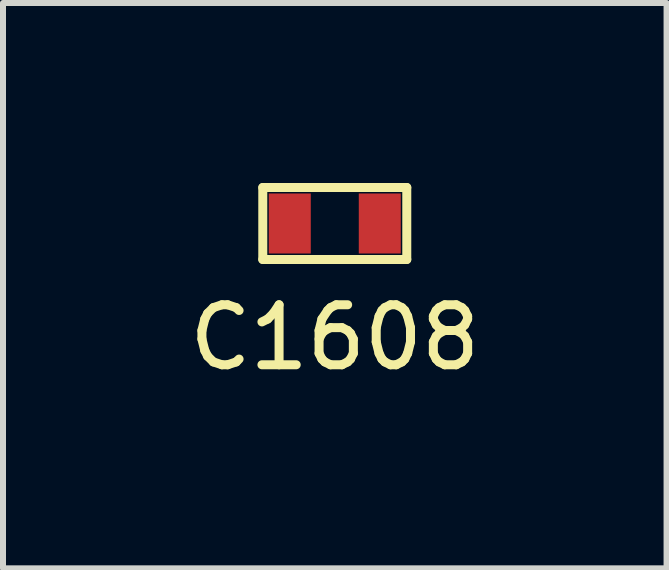
<source format=kicad_pcb>
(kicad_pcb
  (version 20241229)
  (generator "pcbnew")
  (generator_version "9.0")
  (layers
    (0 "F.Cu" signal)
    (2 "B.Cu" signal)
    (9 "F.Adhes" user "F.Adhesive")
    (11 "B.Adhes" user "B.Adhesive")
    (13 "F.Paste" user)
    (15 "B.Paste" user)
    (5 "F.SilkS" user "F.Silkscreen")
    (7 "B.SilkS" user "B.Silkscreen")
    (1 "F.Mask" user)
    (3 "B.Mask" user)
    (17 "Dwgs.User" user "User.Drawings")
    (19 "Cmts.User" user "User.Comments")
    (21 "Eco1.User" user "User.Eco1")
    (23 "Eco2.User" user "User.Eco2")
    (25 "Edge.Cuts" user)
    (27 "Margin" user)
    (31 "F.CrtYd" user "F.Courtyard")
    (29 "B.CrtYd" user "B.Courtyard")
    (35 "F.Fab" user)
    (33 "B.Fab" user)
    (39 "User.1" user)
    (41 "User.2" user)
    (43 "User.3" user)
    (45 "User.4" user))
  (footprint "C1608"
    (layer "F.Cu")
    (at 2.53 0.675)
    (property "Reference" "C1608" (at 0 1.9 0) (layer "F.SilkS") (effects (font (size 1 1) (thickness 0.15))))
    (attr through_hole)
    (fp_line (start -1.2 -0.6) (end 1.2 -0.6) (stroke (width 0.15) (type solid)) (layer "F.SilkS"))
    (fp_line (start -1.2 0.6) (end -1.2 -0.6) (stroke (width 0.15) (type solid)) (layer "F.SilkS"))
    (fp_line (start 1.2 -0.6) (end 1.2 0.6) (stroke (width 0.15) (type solid)) (layer "F.SilkS"))
    (fp_line (start 1.2 0.6) (end -1.2 0.6) (stroke (width 0.15) (type solid)) (layer "F.SilkS"))
    (pad "1" smd rect (at -0.75 0) (size 0.7 1) (layers "F.Cu" "F.Mask" "F.Paste"))
    (pad "2" smd rect (at 0.75 0) (size 0.7 1) (layers "F.Cu" "F.Mask" "F.Paste")))
  (gr_rect
    (start -3 -3)
    (end 8.06 6.423)
    (stroke (width 0.1) (type default))
    (fill no)
    (layer "Edge.Cuts")))
</source>
